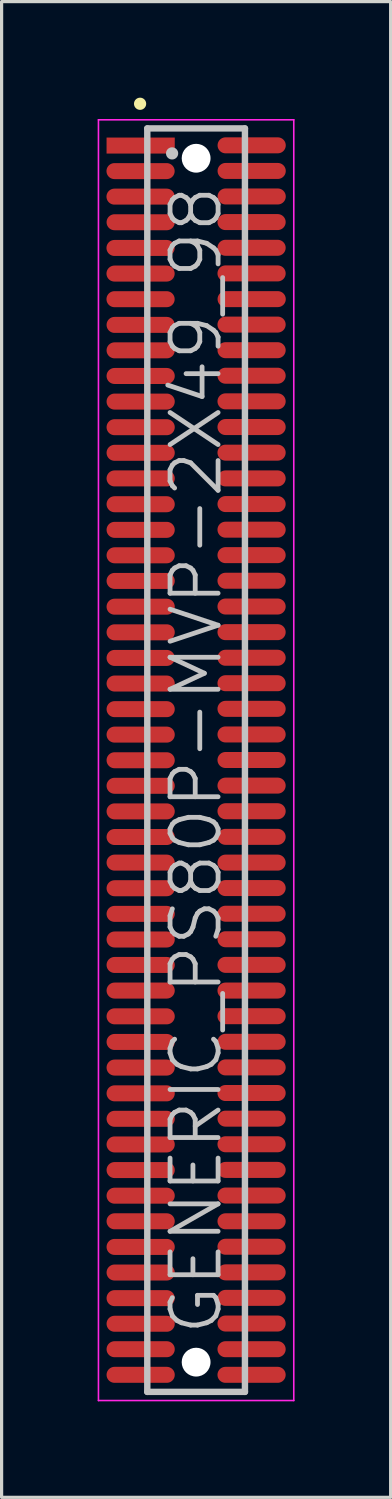
<source format=kicad_pcb>
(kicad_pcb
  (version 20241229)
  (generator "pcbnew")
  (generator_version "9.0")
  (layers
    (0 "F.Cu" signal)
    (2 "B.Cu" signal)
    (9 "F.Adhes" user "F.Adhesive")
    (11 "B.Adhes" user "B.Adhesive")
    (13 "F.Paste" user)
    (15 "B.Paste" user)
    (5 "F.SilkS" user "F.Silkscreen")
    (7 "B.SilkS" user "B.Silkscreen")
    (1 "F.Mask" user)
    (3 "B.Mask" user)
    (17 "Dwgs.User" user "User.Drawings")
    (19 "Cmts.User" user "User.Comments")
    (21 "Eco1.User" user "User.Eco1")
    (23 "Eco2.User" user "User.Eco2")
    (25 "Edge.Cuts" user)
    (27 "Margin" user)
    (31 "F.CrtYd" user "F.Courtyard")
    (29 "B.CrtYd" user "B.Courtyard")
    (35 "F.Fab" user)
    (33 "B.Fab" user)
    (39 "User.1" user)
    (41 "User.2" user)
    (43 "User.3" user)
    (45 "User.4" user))
  (footprint "GENERIC_PS80P-MVP-2X49_98"
    (layer "F.Cu")
    (at 3.075 20.691)
    (property "Reference" "GENERIC_PS80P-MVP-2X49_98" (at 0 0 90) (layer "Dwgs.User") (effects (font (size 1.5 1.5) (thickness 0.15))))
    (attr smd)
    (fp_line (start -1.75 -20.5) (end -1.75 -20.5) (stroke (width 0.381) (type solid)) (layer "F.SilkS"))
    (fp_line (start -1.525 -19.73) (end -1.525 19.73) (stroke (width 0.2) (type solid)) (layer "Dwgs.User"))
    (fp_line (start -1.525 -19.73) (end 1.525 -19.73) (stroke (width 0.2) (type solid)) (layer "Dwgs.User"))
    (fp_line (start -1.525 19.73) (end 1.525 19.73) (stroke (width 0.2) (type solid)) (layer "Dwgs.User"))
    (fp_line (start -0.75 -18.95) (end -0.75 -18.95) (stroke (width 0.381) (type solid)) (layer "Dwgs.User"))
    (fp_line (start 1.525 -19.73) (end 1.525 19.73) (stroke (width 0.2) (type solid)) (layer "Dwgs.User"))
    (fp_line (start -3.05 -20) (end -3.05 20) (stroke (width 0.05) (type solid)) (layer "F.CrtYd"))
    (fp_line (start -3.05 -20) (end 3.05 -20) (stroke (width 0.05) (type solid)) (layer "F.CrtYd"))
    (fp_line (start -3.05 20) (end 3.05 20) (stroke (width 0.05) (type solid)) (layer "F.CrtYd"))
    (fp_line (start 3.05 -20) (end 3.05 20) (stroke (width 0.05) (type solid)) (layer "F.CrtYd"))
    (pad "" np_thru_hole circle (at 0 -18.799 270) (size 0.9 0.9) (drill 0.9) (layers "*.Cu" "*.Mask"))
    (pad "" np_thru_hole circle (at 0 18.801 270) (size 0.9 0.9) (drill 0.9) (layers "*.Cu" "*.Mask"))
    (pad "1" smd rect (at -1.732 -19.195 270) (size 0.5 2.13) (layers "F.Cu" "F.Mask" "F.Paste"))
    (pad "2" smd oval (at 1.735 -19.202 270) (size 0.5 2.13) (layers "F.Cu" "F.Mask" "F.Paste"))
    (pad "3" smd oval (at -1.735 -18.397 270) (size 0.5 2.13) (layers "F.Cu" "F.Mask" "F.Paste"))
    (pad "4" smd oval (at 1.735 -18.402 270) (size 0.5 2.13) (layers "F.Cu" "F.Mask" "F.Paste"))
    (pad "5" smd oval (at -1.735 -17.6 270) (size 0.5 2.13) (layers "F.Cu" "F.Mask" "F.Paste"))
    (pad "6" smd oval (at 1.735 -17.605 270) (size 0.5 2.13) (layers "F.Cu" "F.Mask" "F.Paste"))
    (pad "7" smd oval (at -1.732 -16.8 270) (size 0.5 2.13) (layers "F.Cu" "F.Mask" "F.Paste"))
    (pad "8" smd oval (at 1.732 -16.805 270) (size 0.5 2.13) (layers "F.Cu" "F.Mask" "F.Paste"))
    (pad "9" smd oval (at -1.735 -15.997 270) (size 0.5 2.13) (layers "F.Cu" "F.Mask" "F.Paste"))
    (pad "10" smd oval (at 1.732 -16.002 270) (size 0.5 2.13) (layers "F.Cu" "F.Mask" "F.Paste"))
    (pad "11" smd oval (at -1.735 -15.197 270) (size 0.5 2.13) (layers "F.Cu" "F.Mask" "F.Paste"))
    (pad "12" smd oval (at 1.732 -15.202 270) (size 0.5 2.13) (layers "F.Cu" "F.Mask" "F.Paste"))
    (pad "13" smd oval (at -1.735 -14.397 270) (size 0.5 2.13) (layers "F.Cu" "F.Mask" "F.Paste"))
    (pad "14" smd oval (at 1.735 -14.399 270) (size 0.5 2.13) (layers "F.Cu" "F.Mask" "F.Paste"))
    (pad "15" smd oval (at -1.732 -13.594 270) (size 0.5 2.13) (layers "F.Cu" "F.Mask" "F.Paste"))
    (pad "16" smd oval (at 1.732 -13.604 270) (size 0.5 2.13) (layers "F.Cu" "F.Mask" "F.Paste"))
    (pad "17" smd oval (at -1.732 -12.799 270) (size 0.5 2.13) (layers "F.Cu" "F.Mask" "F.Paste"))
    (pad "18" smd oval (at 1.732 -12.804 270) (size 0.5 2.13) (layers "F.Cu" "F.Mask" "F.Paste"))
    (pad "19" smd oval (at -1.732 -11.999 270) (size 0.5 2.13) (layers "F.Cu" "F.Mask" "F.Paste"))
    (pad "20" smd oval (at 1.732 -12.007 270) (size 0.5 2.13) (layers "F.Cu" "F.Mask" "F.Paste"))
    (pad "21" smd oval (at -1.732 -11.199 270) (size 0.5 2.13) (layers "F.Cu" "F.Mask" "F.Paste"))
    (pad "22" smd oval (at 1.732 -11.206 270) (size 0.5 2.13) (layers "F.Cu" "F.Mask" "F.Paste"))
    (pad "23" smd oval (at -1.732 -10.399 270) (size 0.5 2.13) (layers "F.Cu" "F.Mask" "F.Paste"))
    (pad "24" smd oval (at 1.732 -10.404 270) (size 0.5 2.13) (layers "F.Cu" "F.Mask" "F.Paste"))
    (pad "25" smd oval (at -1.732 -9.599 270) (size 0.5 2.13) (layers "F.Cu" "F.Mask" "F.Paste"))
    (pad "26" smd oval (at 1.732 -9.604 270) (size 0.5 2.13) (layers "F.Cu" "F.Mask" "F.Paste"))
    (pad "27" smd oval (at -1.732 -8.799 270) (size 0.5 2.13) (layers "F.Cu" "F.Mask" "F.Paste"))
    (pad "28" smd oval (at 1.732 -8.799 270) (size 0.5 2.13) (layers "F.Cu" "F.Mask" "F.Paste"))
    (pad "29" smd oval (at -1.732 -7.993 270) (size 0.5 2.13) (layers "F.Cu" "F.Mask" "F.Paste"))
    (pad "30" smd oval (at 1.732 -7.998 270) (size 0.5 2.13) (layers "F.Cu" "F.Mask" "F.Paste"))
    (pad "31" smd oval (at -1.732 -7.193 270) (size 0.5 2.13) (layers "F.Cu" "F.Mask" "F.Paste"))
    (pad "32" smd oval (at 1.732 -7.198 270) (size 0.5 2.13) (layers "F.Cu" "F.Mask" "F.Paste"))
    (pad "33" smd oval (at -1.732 -6.398 270) (size 0.5 2.13) (layers "F.Cu" "F.Mask" "F.Paste"))
    (pad "34" smd oval (at 1.732 -6.403 270) (size 0.5 2.13) (layers "F.Cu" "F.Mask" "F.Paste"))
    (pad "35" smd oval (at -1.732 -5.598 270) (size 0.5 2.13) (layers "F.Cu" "F.Mask" "F.Paste"))
    (pad "36" smd oval (at 1.732 -5.603 270) (size 0.5 2.13) (layers "F.Cu" "F.Mask" "F.Paste"))
    (pad "37" smd oval (at -1.732 -4.793 270) (size 0.5 2.13) (layers "F.Cu" "F.Mask" "F.Paste"))
    (pad "38" smd oval (at 1.732 -4.798 270) (size 0.5 2.13) (layers "F.Cu" "F.Mask" "F.Paste"))
    (pad "39" smd oval (at -1.732 -3.993 270) (size 0.5 2.13) (layers "F.Cu" "F.Mask" "F.Paste"))
    (pad "40" smd oval (at 1.732 -3.998 270) (size 0.5 2.13) (layers "F.Cu" "F.Mask" "F.Paste"))
    (pad "41" smd oval (at -1.732 -3.193 270) (size 0.5 2.13) (layers "F.Cu" "F.Mask" "F.Paste"))
    (pad "42" smd oval (at 1.732 -3.198 270) (size 0.5 2.13) (layers "F.Cu" "F.Mask" "F.Paste"))
    (pad "43" smd oval (at -1.732 -2.393 270) (size 0.5 2.13) (layers "F.Cu" "F.Mask" "F.Paste"))
    (pad "44" smd oval (at 1.732 -2.403 270) (size 0.5 2.13) (layers "F.Cu" "F.Mask" "F.Paste"))
    (pad "45" smd oval (at -1.732 -1.593 270) (size 0.5 2.13) (layers "F.Cu" "F.Mask" "F.Paste"))
    (pad "46" smd oval (at 1.732 -1.603 270) (size 0.5 2.13) (layers "F.Cu" "F.Mask" "F.Paste"))
    (pad "47" smd oval (at -1.732 -0.798 270) (size 0.5 2.13) (layers "F.Cu" "F.Mask" "F.Paste"))
    (pad "48" smd oval (at 1.732 -0.803 270) (size 0.5 2.13) (layers "F.Cu" "F.Mask" "F.Paste"))
    (pad "49" smd oval (at -1.732 0.003 270) (size 0.5 2.13) (layers "F.Cu" "F.Mask" "F.Paste"))
    (pad "50" smd oval (at 1.732 -0.005 270) (size 0.5 2.13) (layers "F.Cu" "F.Mask" "F.Paste"))
    (pad "51" smd oval (at -1.732 0.8 270) (size 0.5 2.13) (layers "F.Cu" "F.Mask" "F.Paste"))
    (pad "52" smd oval (at 1.732 0.795 270) (size 0.5 2.13) (layers "F.Cu" "F.Mask" "F.Paste"))
    (pad "53" smd oval (at -1.732 1.6 270) (size 0.5 2.13) (layers "F.Cu" "F.Mask" "F.Paste"))
    (pad "54" smd oval (at 1.732 1.595 270) (size 0.5 2.13) (layers "F.Cu" "F.Mask" "F.Paste"))
    (pad "55" smd oval (at -1.732 2.4 270) (size 0.5 2.13) (layers "F.Cu" "F.Mask" "F.Paste"))
    (pad "56" smd oval (at 1.732 2.395 270) (size 0.5 2.13) (layers "F.Cu" "F.Mask" "F.Paste"))
    (pad "57" smd oval (at -1.732 3.2 270) (size 0.5 2.13) (layers "F.Cu" "F.Mask" "F.Paste"))
    (pad "58" smd oval (at 1.732 3.2 270) (size 0.5 2.13) (layers "F.Cu" "F.Mask" "F.Paste"))
    (pad "59" smd oval (at -1.732 4 270) (size 0.5 2.13) (layers "F.Cu" "F.Mask" "F.Paste"))
    (pad "60" smd oval (at 1.732 3.995 270) (size 0.5 2.13) (layers "F.Cu" "F.Mask" "F.Paste"))
    (pad "61" smd oval (at -1.732 4.801 270) (size 0.5 2.13) (layers "F.Cu" "F.Mask" "F.Paste"))
    (pad "62" smd oval (at 1.732 4.796 270) (size 0.5 2.13) (layers "F.Cu" "F.Mask" "F.Paste"))
    (pad "63" smd oval (at -1.732 5.601 270) (size 0.5 2.13) (layers "F.Cu" "F.Mask" "F.Paste"))
    (pad "64" smd oval (at 1.732 5.593 270) (size 0.5 2.13) (layers "F.Cu" "F.Mask" "F.Paste"))
    (pad "65" smd oval (at -1.732 6.396 270) (size 0.5 2.13) (layers "F.Cu" "F.Mask" "F.Paste"))
    (pad "66" smd oval (at 1.732 6.393 270) (size 0.5 2.13) (layers "F.Cu" "F.Mask" "F.Paste"))
    (pad "67" smd oval (at -1.732 7.196 270) (size 0.5 2.13) (layers "F.Cu" "F.Mask" "F.Paste"))
    (pad "68" smd oval (at 1.732 7.196 270) (size 0.5 2.13) (layers "F.Cu" "F.Mask" "F.Paste"))
    (pad "69" smd oval (at -1.732 8.001 270) (size 0.5 2.13) (layers "F.Cu" "F.Mask" "F.Paste"))
    (pad "70" smd oval (at 1.732 7.996 270) (size 0.5 2.13) (layers "F.Cu" "F.Mask" "F.Paste"))
    (pad "71" smd oval (at -1.732 8.801 270) (size 0.5 2.13) (layers "F.Cu" "F.Mask" "F.Paste"))
    (pad "72" smd oval (at 1.732 8.796 270) (size 0.5 2.13) (layers "F.Cu" "F.Mask" "F.Paste"))
    (pad "73" smd oval (at -1.732 9.601 270) (size 0.5 2.13) (layers "F.Cu" "F.Mask" "F.Paste"))
    (pad "74" smd oval (at 1.732 9.596 270) (size 0.5 2.13) (layers "F.Cu" "F.Mask" "F.Paste"))
    (pad "75" smd oval (at -1.732 10.406 270) (size 0.5 2.13) (layers "F.Cu" "F.Mask" "F.Paste"))
    (pad "76" smd oval (at 1.732 10.396 270) (size 0.5 2.13) (layers "F.Cu" "F.Mask" "F.Paste"))
    (pad "77" smd oval (at -1.732 11.201 270) (size 0.5 2.13) (layers "F.Cu" "F.Mask" "F.Paste"))
    (pad "78" smd oval (at 1.732 11.196 270) (size 0.5 2.13) (layers "F.Cu" "F.Mask" "F.Paste"))
    (pad "79" smd oval (at -1.732 12.002 270) (size 0.5 2.13) (layers "F.Cu" "F.Mask" "F.Paste"))
    (pad "80" smd oval (at 1.732 11.996 270) (size 0.5 2.13) (layers "F.Cu" "F.Mask" "F.Paste"))
    (pad "81" smd oval (at -1.732 12.802 270) (size 0.5 2.13) (layers "F.Cu" "F.Mask" "F.Paste"))
    (pad "82" smd oval (at 1.732 12.797 270) (size 0.5 2.13) (layers "F.Cu" "F.Mask" "F.Paste"))
    (pad "83" smd oval (at -1.732 13.602 270) (size 0.5 2.13) (layers "F.Cu" "F.Mask" "F.Paste"))
    (pad "84" smd oval (at 1.732 13.597 270) (size 0.5 2.13) (layers "F.Cu" "F.Mask" "F.Paste"))
    (pad "85" smd oval (at -1.732 14.402 270) (size 0.5 2.13) (layers "F.Cu" "F.Mask" "F.Paste"))
    (pad "86" smd oval (at 1.732 14.402 270) (size 0.5 2.13) (layers "F.Cu" "F.Mask" "F.Paste"))
    (pad "87" smd oval (at -1.732 15.202 270) (size 0.5 2.13) (layers "F.Cu" "F.Mask" "F.Paste"))
    (pad "88" smd oval (at 1.732 15.197 270) (size 0.5 2.13) (layers "F.Cu" "F.Mask" "F.Paste"))
    (pad "89" smd oval (at -1.732 16.002 270) (size 0.5 2.13) (layers "F.Cu" "F.Mask" "F.Paste"))
    (pad "90" smd oval (at 1.732 15.997 270) (size 0.5 2.13) (layers "F.Cu" "F.Mask" "F.Paste"))
    (pad "91" smd oval (at -1.732 16.802 270) (size 0.5 2.13) (layers "F.Cu" "F.Mask" "F.Paste"))
    (pad "92" smd oval (at 1.732 16.794 270) (size 0.5 2.13) (layers "F.Cu" "F.Mask" "F.Paste"))
    (pad "93" smd oval (at -1.732 17.602 270) (size 0.5 2.13) (layers "F.Cu" "F.Mask" "F.Paste"))
    (pad "94" smd oval (at 1.732 17.595 270) (size 0.5 2.13) (layers "F.Cu" "F.Mask" "F.Paste"))
    (pad "95" smd oval (at -1.732 18.397 270) (size 0.5 2.13) (layers "F.Cu" "F.Mask" "F.Paste"))
    (pad "96" smd oval (at 1.732 18.397 270) (size 0.5 2.13) (layers "F.Cu" "F.Mask" "F.Paste"))
    (pad "97" smd oval (at -1.732 19.197 270) (size 0.5 2.13) (layers "F.Cu" "F.Mask" "F.Paste"))
    (pad "98" smd oval (at 1.732 19.197 270) (size 0.5 2.13) (layers "F.Cu" "F.Mask" "F.Paste")))
  (gr_rect
    (start -3 -3)
    (end 9.15 43.715)
    (stroke (width 0.1) (type default))
    (fill no)
    (layer "Edge.Cuts")))
</source>
